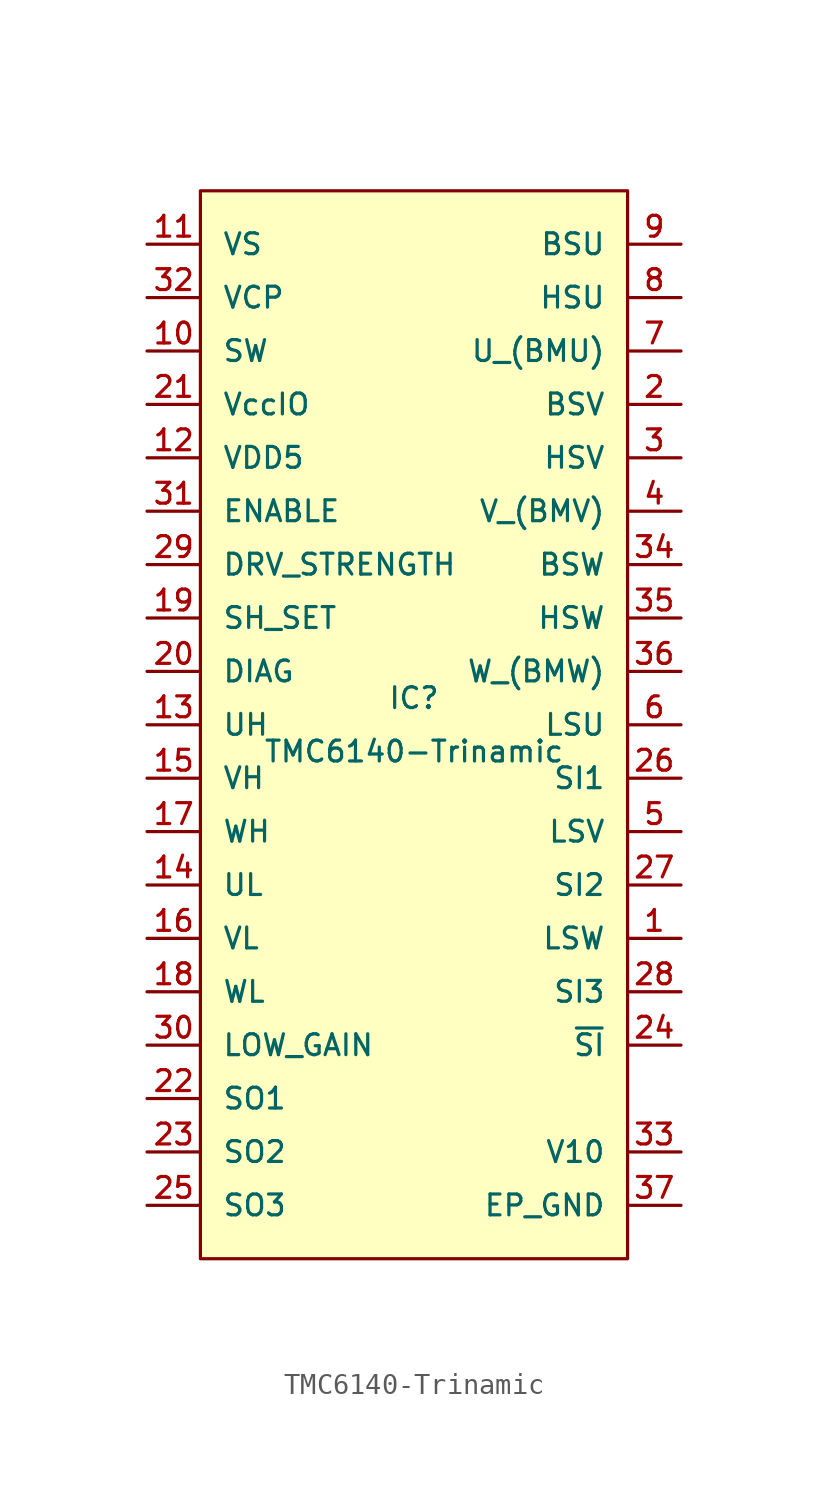
<source format=kicad_sym>
(kicad_symbol_lib
  (version 20211014)
  (generator kicad_symbol_editor)
  (symbol "TMC6140-Trinamic"
    (pin_names
      (offset 1.016))
    (property "Reference" "IC"
      (at 0 1.27 0)
      (effects (font (size 0.991 0.991))))
    (property "Value" "TMC6140-Trinamic"
      (at 0 -1.27 0)
      (effects (font (size 0.991 0.991))))
    (symbol "TMC6140-Trinamic_0_0"
      (pin unspecified line (at 12.7 -10.16 180) (length 2.54) (name "LSW" (effects (font (size 0.991 0.991)))) (number "1" (effects (font (size 0.991 0.991)))))
      (pin unspecified line (at -12.7 17.78 0) (length 2.54) (name "SW" (effects (font (size 0.991 0.991)))) (number "10" (effects (font (size 0.991 0.991)))))
      (pin unspecified line (at -12.7 22.86 0) (length 2.54) (name "VS" (effects (font (size 0.991 0.991)))) (number "11" (effects (font (size 0.991 0.991)))))
      (pin unspecified line (at -12.7 12.7 0) (length 2.54) (name "VDD5" (effects (font (size 0.991 0.991)))) (number "12" (effects (font (size 0.991 0.991)))))
      (pin unspecified line (at -12.7 0 0) (length 2.54) (name "UH" (effects (font (size 0.991 0.991)))) (number "13" (effects (font (size 0.991 0.991)))))
      (pin unspecified line (at -12.7 -7.62 0) (length 2.54) (name "UL" (effects (font (size 0.991 0.991)))) (number "14" (effects (font (size 0.991 0.991)))))
      (pin unspecified line (at -12.7 -2.54 0) (length 2.54) (name "VH" (effects (font (size 0.991 0.991)))) (number "15" (effects (font (size 0.991 0.991)))))
      (pin unspecified line (at -12.7 -10.16 0) (length 2.54) (name "VL" (effects (font (size 0.991 0.991)))) (number "16" (effects (font (size 0.991 0.991)))))
      (pin unspecified line (at -12.7 -5.08 0) (length 2.54) (name "WH" (effects (font (size 0.991 0.991)))) (number "17" (effects (font (size 0.991 0.991)))))
      (pin unspecified line (at -12.7 -12.7 0) (length 2.54) (name "WL" (effects (font (size 0.991 0.991)))) (number "18" (effects (font (size 0.991 0.991)))))
      (pin unspecified line (at -12.7 5.08 0) (length 2.54) (name "SH_SET" (effects (font (size 0.991 0.991)))) (number "19" (effects (font (size 0.991 0.991)))))
      (pin unspecified line (at 12.7 15.24 180) (length 2.54) (name "BSV" (effects (font (size 0.991 0.991)))) (number "2" (effects (font (size 0.991 0.991)))))
      (pin unspecified line (at -12.7 2.54 0) (length 2.54) (name "DIAG" (effects (font (size 0.991 0.991)))) (number "20" (effects (font (size 0.991 0.991)))))
      (pin unspecified line (at -12.7 15.24 0) (length 2.54) (name "VccIO" (effects (font (size 0.991 0.991)))) (number "21" (effects (font (size 0.991 0.991)))))
      (pin unspecified line (at -12.7 -17.78 0) (length 2.54) (name "SO1" (effects (font (size 0.991 0.991)))) (number "22" (effects (font (size 0.991 0.991)))))
      (pin unspecified line (at -12.7 -20.32 0) (length 2.54) (name "SO2" (effects (font (size 0.991 0.991)))) (number "23" (effects (font (size 0.991 0.991)))))
      (pin unspecified line (at 12.7 -15.24 180) (length 2.54) (name "~{SI}" (effects (font (size 0.991 0.991)))) (number "24" (effects (font (size 0.991 0.991)))))
      (pin unspecified line (at -12.7 -22.86 0) (length 2.54) (name "SO3" (effects (font (size 0.991 0.991)))) (number "25" (effects (font (size 0.991 0.991)))))
      (pin unspecified line (at 12.7 -2.54 180) (length 2.54) (name "SI1" (effects (font (size 0.991 0.991)))) (number "26" (effects (font (size 0.991 0.991)))))
      (pin unspecified line (at 12.7 -7.62 180) (length 2.54) (name "SI2" (effects (font (size 0.991 0.991)))) (number "27" (effects (font (size 0.991 0.991)))))
      (pin unspecified line (at 12.7 -12.7 180) (length 2.54) (name "SI3" (effects (font (size 0.991 0.991)))) (number "28" (effects (font (size 0.991 0.991)))))
      (pin unspecified line (at -12.7 7.62 0) (length 2.54) (name "DRV_STRENGTH" (effects (font (size 0.991 0.991)))) (number "29" (effects (font (size 0.991 0.991)))))
      (pin unspecified line (at 12.7 12.7 180) (length 2.54) (name "HSV" (effects (font (size 0.991 0.991)))) (number "3" (effects (font (size 0.991 0.991)))))
      (pin unspecified line (at -12.7 -15.24 0) (length 2.54) (name "LOW_GAIN" (effects (font (size 0.991 0.991)))) (number "30" (effects (font (size 0.991 0.991)))))
      (pin unspecified line (at -12.7 10.16 0) (length 2.54) (name "ENABLE" (effects (font (size 0.991 0.991)))) (number "31" (effects (font (size 0.991 0.991)))))
      (pin unspecified line (at -12.7 20.32 0) (length 2.54) (name "VCP" (effects (font (size 0.991 0.991)))) (number "32" (effects (font (size 0.991 0.991)))))
      (pin unspecified line (at 12.7 -20.32 180) (length 2.54) (name "V10" (effects (font (size 0.991 0.991)))) (number "33" (effects (font (size 0.991 0.991)))))
      (pin unspecified line (at 12.7 7.62 180) (length 2.54) (name "BSW" (effects (font (size 0.991 0.991)))) (number "34" (effects (font (size 0.991 0.991)))))
      (pin unspecified line (at 12.7 5.08 180) (length 2.54) (name "HSW" (effects (font (size 0.991 0.991)))) (number "35" (effects (font (size 0.991 0.991)))))
      (pin unspecified line (at 12.7 2.54 180) (length 2.54) (name "W_(BMW)" (effects (font (size 0.991 0.991)))) (number "36" (effects (font (size 0.991 0.991)))))
      (pin unspecified line (at 12.7 -22.86 180) (length 2.54) (name "EP_GND" (effects (font (size 0.991 0.991)))) (number "37" (effects (font (size 0.991 0.991)))))
      (pin unspecified line (at 12.7 10.16 180) (length 2.54) (name "V_(BMV)" (effects (font (size 0.991 0.991)))) (number "4" (effects (font (size 0.991 0.991)))))
      (pin unspecified line (at 12.7 -5.08 180) (length 2.54) (name "LSV" (effects (font (size 0.991 0.991)))) (number "5" (effects (font (size 0.991 0.991)))))
      (pin unspecified line (at 12.7 0 180) (length 2.54) (name "LSU" (effects (font (size 0.991 0.991)))) (number "6" (effects (font (size 0.991 0.991)))))
      (pin unspecified line (at 12.7 17.78 180) (length 2.54) (name "U_(BMU)" (effects (font (size 0.991 0.991)))) (number "7" (effects (font (size 0.991 0.991)))))
      (pin unspecified line (at 12.7 20.32 180) (length 2.54) (name "HSU" (effects (font (size 0.991 0.991)))) (number "8" (effects (font (size 0.991 0.991)))))
      (pin unspecified line (at 12.7 22.86 180) (length 2.54) (name "BSU" (effects (font (size 0.991 0.991)))) (number "9" (effects (font (size 0.991 0.991))))))
    (symbol "TMC6140-Trinamic_0_1"
      (rectangle (start -10.16 25.4) (end 10.16 -25.4) (stroke (width 0) (type default) (color 0 0 0 0)) (fill (type background))))))
</source>
